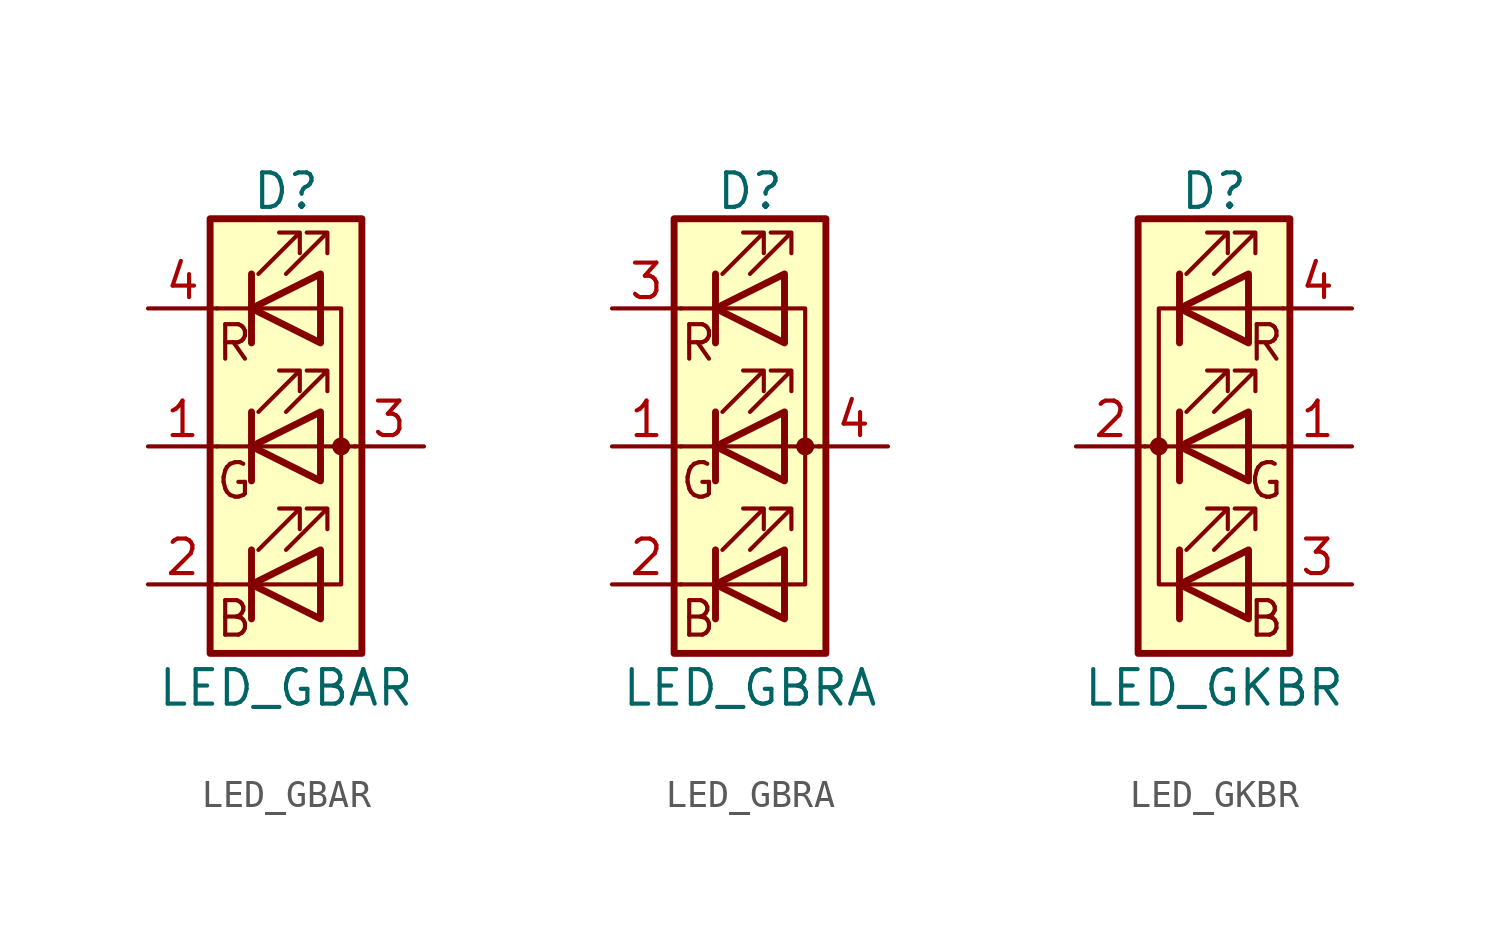
<source format=kicad_sym>
(kicad_symbol_lib
  (version 20211014)
  (generator kicad_symbol_editor)
  (symbol "LED_GBAR"
    (pin_names
      (offset 0) hide)
    (property "Reference" "D"
      (at 0 9.398 0)
      (effects (font (size 1.27 1.27))))
    (property "Value" "LED_GBAR"
      (at 0 -8.89 0)
      (effects (font (size 1.27 1.27))))
    (symbol "LED_GBAR_0_0"
      (text "B" (at -1.905 -6.35 0) (effects (font (size 1.27 1.27))))
      (text "G" (at -1.905 -1.27 0) (effects (font (size 1.27 1.27))))
      (text "R" (at -1.905 3.81 0) (effects (font (size 1.27 1.27)))))
    (symbol "LED_GBAR_0_1"
      (polyline (pts (xy -1.27 -5.08) (xy -2.54 -5.08)) (stroke (width 0) (type default) (color 0 0 0 0)) (fill (type none)))
      (polyline (pts (xy -1.27 -5.08) (xy 1.27 -5.08)) (stroke (width 0) (type default) (color 0 0 0 0)) (fill (type none)))
      (polyline (pts (xy -1.27 -3.81) (xy -1.27 -6.35)) (stroke (width 0.254) (type default) (color 0 0 0 0)) (fill (type none)))
      (polyline (pts (xy -1.27 0) (xy -2.54 0)) (stroke (width 0) (type default) (color 0 0 0 0)) (fill (type none)))
      (polyline (pts (xy -1.27 1.27) (xy -1.27 -1.27)) (stroke (width 0.254) (type default) (color 0 0 0 0)) (fill (type none)))
      (polyline (pts (xy -1.27 5.08) (xy -2.54 5.08)) (stroke (width 0) (type default) (color 0 0 0 0)) (fill (type none)))
      (polyline (pts (xy -1.27 5.08) (xy 1.27 5.08)) (stroke (width 0) (type default) (color 0 0 0 0)) (fill (type none)))
      (polyline (pts (xy -1.27 6.35) (xy -1.27 3.81)) (stroke (width 0.254) (type default) (color 0 0 0 0)) (fill (type none)))
      (polyline (pts (xy 1.27 0) (xy -1.27 0)) (stroke (width 0) (type default) (color 0 0 0 0)) (fill (type none)))
      (polyline (pts (xy 1.27 0) (xy 2.54 0)) (stroke (width 0) (type default) (color 0 0 0 0)) (fill (type none)))
      (polyline (pts (xy -1.27 1.27) (xy -1.27 -1.27) (xy -1.27 -1.27)) (stroke (width 0) (type default) (color 0 0 0 0)) (fill (type none)))
      (polyline (pts (xy -1.27 6.35) (xy -1.27 3.81) (xy -1.27 3.81)) (stroke (width 0) (type default) (color 0 0 0 0)) (fill (type none)))
      (polyline (pts (xy 1.27 -5.08) (xy 2.032 -5.08) (xy 2.032 5.08) (xy 1.27 5.08)) (stroke (width 0) (type default) (color 0 0 0 0)) (fill (type none)))
      (polyline (pts (xy 1.27 -3.81) (xy 1.27 -6.35) (xy -1.27 -5.08) (xy 1.27 -3.81)) (stroke (width 0.254) (type default) (color 0 0 0 0)) (fill (type none)))
      (polyline (pts (xy 1.27 1.27) (xy 1.27 -1.27) (xy -1.27 0) (xy 1.27 1.27)) (stroke (width 0.254) (type default) (color 0 0 0 0)) (fill (type none)))
      (polyline (pts (xy 1.27 6.35) (xy 1.27 3.81) (xy -1.27 5.08) (xy 1.27 6.35)) (stroke (width 0.254) (type default) (color 0 0 0 0)) (fill (type none)))
      (polyline (pts (xy -1.016 -3.81) (xy 0.508 -2.286) (xy -0.254 -2.286) (xy 0.508 -2.286) (xy 0.508 -3.048)) (stroke (width 0) (type default) (color 0 0 0 0)) (fill (type none)))
      (polyline (pts (xy -1.016 1.27) (xy 0.508 2.794) (xy -0.254 2.794) (xy 0.508 2.794) (xy 0.508 2.032)) (stroke (width 0) (type default) (color 0 0 0 0)) (fill (type none)))
      (polyline (pts (xy -1.016 6.35) (xy 0.508 7.874) (xy -0.254 7.874) (xy 0.508 7.874) (xy 0.508 7.112)) (stroke (width 0) (type default) (color 0 0 0 0)) (fill (type none)))
      (polyline (pts (xy 0 -3.81) (xy 1.524 -2.286) (xy 0.762 -2.286) (xy 1.524 -2.286) (xy 1.524 -3.048)) (stroke (width 0) (type default) (color 0 0 0 0)) (fill (type none)))
      (polyline (pts (xy 0 1.27) (xy 1.524 2.794) (xy 0.762 2.794) (xy 1.524 2.794) (xy 1.524 2.032)) (stroke (width 0) (type default) (color 0 0 0 0)) (fill (type none)))
      (polyline (pts (xy 0 6.35) (xy 1.524 7.874) (xy 0.762 7.874) (xy 1.524 7.874) (xy 1.524 7.112)) (stroke (width 0) (type default) (color 0 0 0 0)) (fill (type none)))
      (rectangle (start 1.27 -1.27) (end 1.27 1.27) (stroke (width 0) (type default) (color 0 0 0 0)) (fill (type none)))
      (rectangle (start 1.27 1.27) (end 1.27 1.27) (stroke (width 0) (type default) (color 0 0 0 0)) (fill (type none)))
      (rectangle (start 1.27 3.81) (end 1.27 6.35) (stroke (width 0) (type default) (color 0 0 0 0)) (fill (type none)))
      (rectangle (start 1.27 6.35) (end 1.27 6.35) (stroke (width 0) (type default) (color 0 0 0 0)) (fill (type none)))
      (circle (center 2.032 0) (radius 0.254) (stroke (width 0) (type default) (color 0 0 0 0)) (fill (type outline)))
      (rectangle (start 2.794 8.382) (end -2.794 -7.62) (stroke (width 0.254) (type default) (color 0 0 0 0)) (fill (type background))))
    (symbol "LED_GBAR_1_1"
      (pin passive line (at -5.08 0 0) (length 2.54) (name "GK" (effects (font (size 1.27 1.27)))) (number "1" (effects (font (size 1.27 1.27)))))
      (pin passive line (at -5.08 -5.08 0) (length 2.54) (name "BK" (effects (font (size 1.27 1.27)))) (number "2" (effects (font (size 1.27 1.27)))))
      (pin passive line (at 5.08 0 180) (length 2.54) (name "A" (effects (font (size 1.27 1.27)))) (number "3" (effects (font (size 1.27 1.27)))))
      (pin passive line (at -5.08 5.08 0) (length 2.54) (name "RK" (effects (font (size 1.27 1.27)))) (number "4" (effects (font (size 1.27 1.27)))))))
  (symbol "LED_GBRA"
    (pin_names
      (offset 0) hide)
    (property "Reference" "D"
      (at 0 9.398 0)
      (effects (font (size 1.27 1.27))))
    (property "Value" "LED_GBRA"
      (at 0 -8.89 0)
      (effects (font (size 1.27 1.27))))
    (symbol "LED_GBRA_0_0"
      (text "B" (at -1.905 -6.35 0) (effects (font (size 1.27 1.27))))
      (text "G" (at -1.905 -1.27 0) (effects (font (size 1.27 1.27))))
      (text "R" (at -1.905 3.81 0) (effects (font (size 1.27 1.27)))))
    (symbol "LED_GBRA_0_1"
      (polyline (pts (xy -1.27 -5.08) (xy -2.54 -5.08)) (stroke (width 0) (type default) (color 0 0 0 0)) (fill (type none)))
      (polyline (pts (xy -1.27 -5.08) (xy 1.27 -5.08)) (stroke (width 0) (type default) (color 0 0 0 0)) (fill (type none)))
      (polyline (pts (xy -1.27 -3.81) (xy -1.27 -6.35)) (stroke (width 0.254) (type default) (color 0 0 0 0)) (fill (type none)))
      (polyline (pts (xy -1.27 0) (xy -2.54 0)) (stroke (width 0) (type default) (color 0 0 0 0)) (fill (type none)))
      (polyline (pts (xy -1.27 1.27) (xy -1.27 -1.27)) (stroke (width 0.254) (type default) (color 0 0 0 0)) (fill (type none)))
      (polyline (pts (xy -1.27 5.08) (xy -2.54 5.08)) (stroke (width 0) (type default) (color 0 0 0 0)) (fill (type none)))
      (polyline (pts (xy -1.27 5.08) (xy 1.27 5.08)) (stroke (width 0) (type default) (color 0 0 0 0)) (fill (type none)))
      (polyline (pts (xy -1.27 6.35) (xy -1.27 3.81)) (stroke (width 0.254) (type default) (color 0 0 0 0)) (fill (type none)))
      (polyline (pts (xy 1.27 0) (xy -1.27 0)) (stroke (width 0) (type default) (color 0 0 0 0)) (fill (type none)))
      (polyline (pts (xy 1.27 0) (xy 2.54 0)) (stroke (width 0) (type default) (color 0 0 0 0)) (fill (type none)))
      (polyline (pts (xy -1.27 1.27) (xy -1.27 -1.27) (xy -1.27 -1.27)) (stroke (width 0) (type default) (color 0 0 0 0)) (fill (type none)))
      (polyline (pts (xy -1.27 6.35) (xy -1.27 3.81) (xy -1.27 3.81)) (stroke (width 0) (type default) (color 0 0 0 0)) (fill (type none)))
      (polyline (pts (xy 1.27 -5.08) (xy 2.032 -5.08) (xy 2.032 5.08) (xy 1.27 5.08)) (stroke (width 0) (type default) (color 0 0 0 0)) (fill (type none)))
      (polyline (pts (xy 1.27 -3.81) (xy 1.27 -6.35) (xy -1.27 -5.08) (xy 1.27 -3.81)) (stroke (width 0.254) (type default) (color 0 0 0 0)) (fill (type none)))
      (polyline (pts (xy 1.27 1.27) (xy 1.27 -1.27) (xy -1.27 0) (xy 1.27 1.27)) (stroke (width 0.254) (type default) (color 0 0 0 0)) (fill (type none)))
      (polyline (pts (xy 1.27 6.35) (xy 1.27 3.81) (xy -1.27 5.08) (xy 1.27 6.35)) (stroke (width 0.254) (type default) (color 0 0 0 0)) (fill (type none)))
      (polyline (pts (xy -1.016 -3.81) (xy 0.508 -2.286) (xy -0.254 -2.286) (xy 0.508 -2.286) (xy 0.508 -3.048)) (stroke (width 0) (type default) (color 0 0 0 0)) (fill (type none)))
      (polyline (pts (xy -1.016 1.27) (xy 0.508 2.794) (xy -0.254 2.794) (xy 0.508 2.794) (xy 0.508 2.032)) (stroke (width 0) (type default) (color 0 0 0 0)) (fill (type none)))
      (polyline (pts (xy -1.016 6.35) (xy 0.508 7.874) (xy -0.254 7.874) (xy 0.508 7.874) (xy 0.508 7.112)) (stroke (width 0) (type default) (color 0 0 0 0)) (fill (type none)))
      (polyline (pts (xy 0 -3.81) (xy 1.524 -2.286) (xy 0.762 -2.286) (xy 1.524 -2.286) (xy 1.524 -3.048)) (stroke (width 0) (type default) (color 0 0 0 0)) (fill (type none)))
      (polyline (pts (xy 0 1.27) (xy 1.524 2.794) (xy 0.762 2.794) (xy 1.524 2.794) (xy 1.524 2.032)) (stroke (width 0) (type default) (color 0 0 0 0)) (fill (type none)))
      (polyline (pts (xy 0 6.35) (xy 1.524 7.874) (xy 0.762 7.874) (xy 1.524 7.874) (xy 1.524 7.112)) (stroke (width 0) (type default) (color 0 0 0 0)) (fill (type none)))
      (rectangle (start 1.27 -1.27) (end 1.27 1.27) (stroke (width 0) (type default) (color 0 0 0 0)) (fill (type none)))
      (rectangle (start 1.27 1.27) (end 1.27 1.27) (stroke (width 0) (type default) (color 0 0 0 0)) (fill (type none)))
      (rectangle (start 1.27 3.81) (end 1.27 6.35) (stroke (width 0) (type default) (color 0 0 0 0)) (fill (type none)))
      (rectangle (start 1.27 6.35) (end 1.27 6.35) (stroke (width 0) (type default) (color 0 0 0 0)) (fill (type none)))
      (circle (center 2.032 0) (radius 0.254) (stroke (width 0) (type default) (color 0 0 0 0)) (fill (type outline)))
      (rectangle (start 2.794 8.382) (end -2.794 -7.62) (stroke (width 0.254) (type default) (color 0 0 0 0)) (fill (type background))))
    (symbol "LED_GBRA_1_1"
      (pin passive line (at -5.08 0 0) (length 2.54) (name "GK" (effects (font (size 1.27 1.27)))) (number "1" (effects (font (size 1.27 1.27)))))
      (pin passive line (at -5.08 -5.08 0) (length 2.54) (name "BK" (effects (font (size 1.27 1.27)))) (number "2" (effects (font (size 1.27 1.27)))))
      (pin passive line (at -5.08 5.08 0) (length 2.54) (name "RK" (effects (font (size 1.27 1.27)))) (number "3" (effects (font (size 1.27 1.27)))))
      (pin passive line (at 5.08 0 180) (length 2.54) (name "A" (effects (font (size 1.27 1.27)))) (number "4" (effects (font (size 1.27 1.27)))))))
  (symbol "LED_GKBR"
    (pin_names
      (offset 0) hide)
    (property "Reference" "D"
      (at 0 9.398 0)
      (effects (font (size 1.27 1.27))))
    (property "Value" "LED_GKBR"
      (at 0 -8.89 0)
      (effects (font (size 1.27 1.27))))
    (symbol "LED_GKBR_0_0"
      (text "B" (at 1.905 -6.35 0) (effects (font (size 1.27 1.27))))
      (text "G" (at 1.905 -1.27 0) (effects (font (size 1.27 1.27))))
      (text "R" (at 1.905 3.81 0) (effects (font (size 1.27 1.27)))))
    (symbol "LED_GKBR_0_1"
      (circle (center -2.032 0) (radius 0.254) (stroke (width 0) (type default) (color 0 0 0 0)) (fill (type outline)))
      (polyline (pts (xy -1.27 -5.08) (xy 1.27 -5.08)) (stroke (width 0) (type default) (color 0 0 0 0)) (fill (type none)))
      (polyline (pts (xy -1.27 -3.81) (xy -1.27 -6.35)) (stroke (width 0.254) (type default) (color 0 0 0 0)) (fill (type none)))
      (polyline (pts (xy -1.27 0) (xy -2.54 0)) (stroke (width 0) (type default) (color 0 0 0 0)) (fill (type none)))
      (polyline (pts (xy -1.27 1.27) (xy -1.27 -1.27)) (stroke (width 0.254) (type default) (color 0 0 0 0)) (fill (type none)))
      (polyline (pts (xy -1.27 5.08) (xy 1.27 5.08)) (stroke (width 0) (type default) (color 0 0 0 0)) (fill (type none)))
      (polyline (pts (xy -1.27 6.35) (xy -1.27 3.81)) (stroke (width 0.254) (type default) (color 0 0 0 0)) (fill (type none)))
      (polyline (pts (xy 1.27 -5.08) (xy 2.54 -5.08)) (stroke (width 0) (type default) (color 0 0 0 0)) (fill (type none)))
      (polyline (pts (xy 1.27 0) (xy -1.27 0)) (stroke (width 0) (type default) (color 0 0 0 0)) (fill (type none)))
      (polyline (pts (xy 1.27 0) (xy 2.54 0)) (stroke (width 0) (type default) (color 0 0 0 0)) (fill (type none)))
      (polyline (pts (xy 1.27 5.08) (xy 2.54 5.08)) (stroke (width 0) (type default) (color 0 0 0 0)) (fill (type none)))
      (polyline (pts (xy -1.27 1.27) (xy -1.27 -1.27) (xy -1.27 -1.27)) (stroke (width 0) (type default) (color 0 0 0 0)) (fill (type none)))
      (polyline (pts (xy -1.27 6.35) (xy -1.27 3.81) (xy -1.27 3.81)) (stroke (width 0) (type default) (color 0 0 0 0)) (fill (type none)))
      (polyline (pts (xy -1.27 5.08) (xy -2.032 5.08) (xy -2.032 -5.08) (xy -1.016 -5.08)) (stroke (width 0) (type default) (color 0 0 0 0)) (fill (type none)))
      (polyline (pts (xy 1.27 -3.81) (xy 1.27 -6.35) (xy -1.27 -5.08) (xy 1.27 -3.81)) (stroke (width 0.254) (type default) (color 0 0 0 0)) (fill (type none)))
      (polyline (pts (xy 1.27 1.27) (xy 1.27 -1.27) (xy -1.27 0) (xy 1.27 1.27)) (stroke (width 0.254) (type default) (color 0 0 0 0)) (fill (type none)))
      (polyline (pts (xy 1.27 6.35) (xy 1.27 3.81) (xy -1.27 5.08) (xy 1.27 6.35)) (stroke (width 0.254) (type default) (color 0 0 0 0)) (fill (type none)))
      (polyline (pts (xy -1.016 -3.81) (xy 0.508 -2.286) (xy -0.254 -2.286) (xy 0.508 -2.286) (xy 0.508 -3.048)) (stroke (width 0) (type default) (color 0 0 0 0)) (fill (type none)))
      (polyline (pts (xy -1.016 1.27) (xy 0.508 2.794) (xy -0.254 2.794) (xy 0.508 2.794) (xy 0.508 2.032)) (stroke (width 0) (type default) (color 0 0 0 0)) (fill (type none)))
      (polyline (pts (xy -1.016 6.35) (xy 0.508 7.874) (xy -0.254 7.874) (xy 0.508 7.874) (xy 0.508 7.112)) (stroke (width 0) (type default) (color 0 0 0 0)) (fill (type none)))
      (polyline (pts (xy 0 -3.81) (xy 1.524 -2.286) (xy 0.762 -2.286) (xy 1.524 -2.286) (xy 1.524 -3.048)) (stroke (width 0) (type default) (color 0 0 0 0)) (fill (type none)))
      (polyline (pts (xy 0 1.27) (xy 1.524 2.794) (xy 0.762 2.794) (xy 1.524 2.794) (xy 1.524 2.032)) (stroke (width 0) (type default) (color 0 0 0 0)) (fill (type none)))
      (polyline (pts (xy 0 6.35) (xy 1.524 7.874) (xy 0.762 7.874) (xy 1.524 7.874) (xy 1.524 7.112)) (stroke (width 0) (type default) (color 0 0 0 0)) (fill (type none)))
      (rectangle (start 1.27 -1.27) (end 1.27 1.27) (stroke (width 0) (type default) (color 0 0 0 0)) (fill (type none)))
      (rectangle (start 1.27 1.27) (end 1.27 1.27) (stroke (width 0) (type default) (color 0 0 0 0)) (fill (type none)))
      (rectangle (start 1.27 3.81) (end 1.27 6.35) (stroke (width 0) (type default) (color 0 0 0 0)) (fill (type none)))
      (rectangle (start 1.27 6.35) (end 1.27 6.35) (stroke (width 0) (type default) (color 0 0 0 0)) (fill (type none)))
      (rectangle (start 2.794 8.382) (end -2.794 -7.62) (stroke (width 0.254) (type default) (color 0 0 0 0)) (fill (type background))))
    (symbol "LED_GKBR_1_1"
      (pin passive line (at 5.08 0 180) (length 2.54) (name "GA" (effects (font (size 1.27 1.27)))) (number "1" (effects (font (size 1.27 1.27)))))
      (pin passive line (at -5.08 0 0) (length 2.54) (name "K" (effects (font (size 1.27 1.27)))) (number "2" (effects (font (size 1.27 1.27)))))
      (pin passive line (at 5.08 -5.08 180) (length 2.54) (name "BA" (effects (font (size 1.27 1.27)))) (number "3" (effects (font (size 1.27 1.27)))))
      (pin passive line (at 5.08 5.08 180) (length 2.54) (name "RA" (effects (font (size 1.27 1.27)))) (number "4" (effects (font (size 1.27 1.27))))))))
</source>
